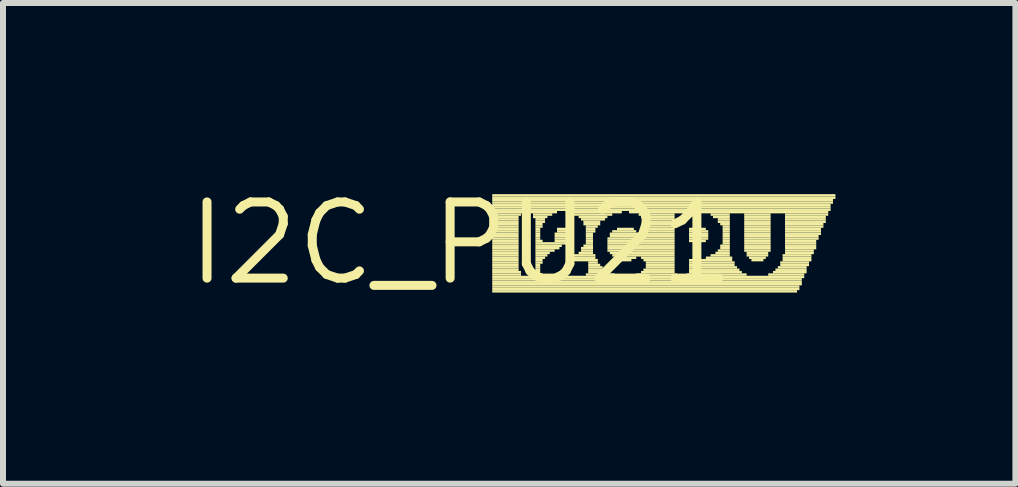
<source format=kicad_pcb>
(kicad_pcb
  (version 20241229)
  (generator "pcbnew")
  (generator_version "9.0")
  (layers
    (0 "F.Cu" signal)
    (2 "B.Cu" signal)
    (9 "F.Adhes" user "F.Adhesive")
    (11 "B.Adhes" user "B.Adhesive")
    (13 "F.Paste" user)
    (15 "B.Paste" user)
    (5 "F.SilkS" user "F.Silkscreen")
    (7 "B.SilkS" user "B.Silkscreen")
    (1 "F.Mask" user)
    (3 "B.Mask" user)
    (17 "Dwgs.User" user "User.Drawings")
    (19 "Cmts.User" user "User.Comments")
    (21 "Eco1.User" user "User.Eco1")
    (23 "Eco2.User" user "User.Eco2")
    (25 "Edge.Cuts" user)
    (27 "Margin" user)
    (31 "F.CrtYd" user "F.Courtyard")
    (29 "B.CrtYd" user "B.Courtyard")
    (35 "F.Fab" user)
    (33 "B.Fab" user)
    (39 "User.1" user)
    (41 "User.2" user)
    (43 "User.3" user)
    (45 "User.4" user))
  (footprint "I2C_PU21"
    (layer "F.Cu")
    (at 4.634 1.006)
    (property "Reference" "I2C_PU21" (at 0 0 0) (layer "F.SilkS") (effects (font (size 1.27 1.27) (thickness 0.15))))
    (attr through_hole)
    (fp_poly (pts (xy 0.52 -0.78) (xy 6.24 -0.78) (xy 6.24 -0.82) (xy 0.52 -0.82)) (stroke (width 0) (type solid)) (fill yes) (layer "F.SilkS"))
    (fp_poly (pts (xy 0.52 -0.74) (xy 6.24 -0.74) (xy 6.24 -0.78) (xy 0.52 -0.78)) (stroke (width 0) (type solid)) (fill yes) (layer "F.SilkS"))
    (fp_poly (pts (xy 0.52 -0.7) (xy 6.2 -0.7) (xy 6.2 -0.74) (xy 0.52 -0.74)) (stroke (width 0) (type solid)) (fill yes) (layer "F.SilkS"))
    (fp_poly (pts (xy 0.52 -0.66) (xy 6.2 -0.66) (xy 6.2 -0.7) (xy 0.52 -0.7)) (stroke (width 0) (type solid)) (fill yes) (layer "F.SilkS"))
    (fp_poly (pts (xy 0.52 -0.62) (xy 6.16 -0.62) (xy 6.16 -0.66) (xy 0.52 -0.66)) (stroke (width 0) (type solid)) (fill yes) (layer "F.SilkS"))
    (fp_poly (pts (xy 0.52 -0.58) (xy 6.16 -0.58) (xy 6.16 -0.62) (xy 0.52 -0.62)) (stroke (width 0) (type solid)) (fill yes) (layer "F.SilkS"))
    (fp_poly (pts (xy 0.52 -0.54) (xy 6.16 -0.54) (xy 6.16 -0.58) (xy 0.52 -0.58)) (stroke (width 0) (type solid)) (fill yes) (layer "F.SilkS"))
    (fp_poly (pts (xy 0.52 -0.5) (xy 1.6 -0.5) (xy 1.6 -0.54) (xy 0.52 -0.54)) (stroke (width 0) (type solid)) (fill yes) (layer "F.SilkS"))
    (fp_poly (pts (xy 0.52 -0.46) (xy 1 -0.46) (xy 1 -0.5) (xy 0.52 -0.5)) (stroke (width 0) (type solid)) (fill yes) (layer "F.SilkS"))
    (fp_poly (pts (xy 0.52 -0.42) (xy 0.96 -0.42) (xy 0.96 -0.46) (xy 0.52 -0.46)) (stroke (width 0) (type solid)) (fill yes) (layer "F.SilkS"))
    (fp_poly (pts (xy 0.52 -0.38) (xy 0.96 -0.38) (xy 0.96 -0.42) (xy 0.52 -0.42)) (stroke (width 0) (type solid)) (fill yes) (layer "F.SilkS"))
    (fp_poly (pts (xy 0.52 -0.34) (xy 0.96 -0.34) (xy 0.96 -0.38) (xy 0.52 -0.38)) (stroke (width 0) (type solid)) (fill yes) (layer "F.SilkS"))
    (fp_poly (pts (xy 0.52 -0.3) (xy 0.96 -0.3) (xy 0.96 -0.34) (xy 0.52 -0.34)) (stroke (width 0) (type solid)) (fill yes) (layer "F.SilkS"))
    (fp_poly (pts (xy 0.52 -0.26) (xy 0.96 -0.26) (xy 0.96 -0.3) (xy 0.52 -0.3)) (stroke (width 0) (type solid)) (fill yes) (layer "F.SilkS"))
    (fp_poly (pts (xy 0.52 -0.22) (xy 0.96 -0.22) (xy 0.96 -0.26) (xy 0.52 -0.26)) (stroke (width 0) (type solid)) (fill yes) (layer "F.SilkS"))
    (fp_poly (pts (xy 0.52 -0.18) (xy 0.96 -0.18) (xy 0.96 -0.22) (xy 0.52 -0.22)) (stroke (width 0) (type solid)) (fill yes) (layer "F.SilkS"))
    (fp_poly (pts (xy 0.52 -0.14) (xy 0.96 -0.14) (xy 0.96 -0.18) (xy 0.52 -0.18)) (stroke (width 0) (type solid)) (fill yes) (layer "F.SilkS"))
    (fp_poly (pts (xy 0.52 -0.1) (xy 0.96 -0.1) (xy 0.96 -0.14) (xy 0.52 -0.14)) (stroke (width 0) (type solid)) (fill yes) (layer "F.SilkS"))
    (fp_poly (pts (xy 0.52 -0.06) (xy 0.96 -0.06) (xy 0.96 -0.1) (xy 0.52 -0.1)) (stroke (width 0) (type solid)) (fill yes) (layer "F.SilkS"))
    (fp_poly (pts (xy 0.52 -0.02) (xy 0.96 -0.02) (xy 0.96 -0.06) (xy 0.52 -0.06)) (stroke (width 0) (type solid)) (fill yes) (layer "F.SilkS"))
    (fp_poly (pts (xy 0.52 0.02) (xy 0.96 0.02) (xy 0.96 -0.02) (xy 0.52 -0.02)) (stroke (width 0) (type solid)) (fill yes) (layer "F.SilkS"))
    (fp_poly (pts (xy 0.52 0.06) (xy 0.96 0.06) (xy 0.96 0.02) (xy 0.52 0.02)) (stroke (width 0) (type solid)) (fill yes) (layer "F.SilkS"))
    (fp_poly (pts (xy 0.52 0.1) (xy 0.96 0.1) (xy 0.96 0.06) (xy 0.52 0.06)) (stroke (width 0) (type solid)) (fill yes) (layer "F.SilkS"))
    (fp_poly (pts (xy 0.52 0.14) (xy 0.96 0.14) (xy 0.96 0.1) (xy 0.52 0.1)) (stroke (width 0) (type solid)) (fill yes) (layer "F.SilkS"))
    (fp_poly (pts (xy 0.52 0.18) (xy 0.96 0.18) (xy 0.96 0.14) (xy 0.52 0.14)) (stroke (width 0) (type solid)) (fill yes) (layer "F.SilkS"))
    (fp_poly (pts (xy 0.52 0.22) (xy 0.96 0.22) (xy 0.96 0.18) (xy 0.52 0.18)) (stroke (width 0) (type solid)) (fill yes) (layer "F.SilkS"))
    (fp_poly (pts (xy 0.52 0.26) (xy 0.96 0.26) (xy 0.96 0.22) (xy 0.52 0.22)) (stroke (width 0) (type solid)) (fill yes) (layer "F.SilkS"))
    (fp_poly (pts (xy 0.52 0.3) (xy 0.96 0.3) (xy 0.96 0.26) (xy 0.52 0.26)) (stroke (width 0) (type solid)) (fill yes) (layer "F.SilkS"))
    (fp_poly (pts (xy 0.52 0.34) (xy 0.96 0.34) (xy 0.96 0.3) (xy 0.52 0.3)) (stroke (width 0) (type solid)) (fill yes) (layer "F.SilkS"))
    (fp_poly (pts (xy 0.52 0.38) (xy 0.96 0.38) (xy 0.96 0.34) (xy 0.52 0.34)) (stroke (width 0) (type solid)) (fill yes) (layer "F.SilkS"))
    (fp_poly (pts (xy 0.52 0.42) (xy 0.96 0.42) (xy 0.96 0.38) (xy 0.52 0.38)) (stroke (width 0) (type solid)) (fill yes) (layer "F.SilkS"))
    (fp_poly (pts (xy 0.52 0.46) (xy 0.96 0.46) (xy 0.96 0.42) (xy 0.52 0.42)) (stroke (width 0) (type solid)) (fill yes) (layer "F.SilkS"))
    (fp_poly (pts (xy 0.52 0.5) (xy 1 0.5) (xy 1 0.46) (xy 0.52 0.46)) (stroke (width 0) (type solid)) (fill yes) (layer "F.SilkS"))
    (fp_poly (pts (xy 0.52 0.54) (xy 1 0.54) (xy 1 0.5) (xy 0.52 0.5)) (stroke (width 0) (type solid)) (fill yes) (layer "F.SilkS"))
    (fp_poly (pts (xy 0.52 0.58) (xy 5.72 0.58) (xy 5.72 0.54) (xy 0.52 0.54)) (stroke (width 0) (type solid)) (fill yes) (layer "F.SilkS"))
    (fp_poly (pts (xy 0.52 0.62) (xy 5.68 0.62) (xy 5.68 0.58) (xy 0.52 0.58)) (stroke (width 0) (type solid)) (fill yes) (layer "F.SilkS"))
    (fp_poly (pts (xy 0.52 0.66) (xy 5.68 0.66) (xy 5.68 0.62) (xy 0.52 0.62)) (stroke (width 0) (type solid)) (fill yes) (layer "F.SilkS"))
    (fp_poly (pts (xy 0.52 0.7) (xy 5.68 0.7) (xy 5.68 0.66) (xy 0.52 0.66)) (stroke (width 0) (type solid)) (fill yes) (layer "F.SilkS"))
    (fp_poly (pts (xy 0.52 0.74) (xy 5.64 0.74) (xy 5.64 0.7) (xy 0.52 0.7)) (stroke (width 0) (type solid)) (fill yes) (layer "F.SilkS"))
    (fp_poly (pts (xy 0.52 0.78) (xy 5.64 0.78) (xy 5.64 0.74) (xy 0.52 0.74)) (stroke (width 0) (type solid)) (fill yes) (layer "F.SilkS"))
    (fp_poly (pts (xy 0.52 0.82) (xy 5.6 0.82) (xy 5.6 0.78) (xy 0.52 0.78)) (stroke (width 0) (type solid)) (fill yes) (layer "F.SilkS"))
    (fp_poly (pts (xy 1.2 -0.46) (xy 1.52 -0.46) (xy 1.52 -0.5) (xy 1.2 -0.5)) (stroke (width 0) (type solid)) (fill yes) (layer "F.SilkS"))
    (fp_poly (pts (xy 1.2 -0.42) (xy 1.44 -0.42) (xy 1.44 -0.46) (xy 1.2 -0.46)) (stroke (width 0) (type solid)) (fill yes) (layer "F.SilkS"))
    (fp_poly (pts (xy 1.2 0.5) (xy 1.32 0.5) (xy 1.32 0.46) (xy 1.2 0.46)) (stroke (width 0) (type solid)) (fill yes) (layer "F.SilkS"))
    (fp_poly (pts (xy 1.2 0.54) (xy 1.36 0.54) (xy 1.36 0.5) (xy 1.2 0.5)) (stroke (width 0) (type solid)) (fill yes) (layer "F.SilkS"))
    (fp_poly (pts (xy 1.24 -0.38) (xy 1.4 -0.38) (xy 1.4 -0.42) (xy 1.24 -0.42)) (stroke (width 0) (type solid)) (fill yes) (layer "F.SilkS"))
    (fp_poly (pts (xy 1.24 -0.34) (xy 1.4 -0.34) (xy 1.4 -0.38) (xy 1.24 -0.38)) (stroke (width 0) (type solid)) (fill yes) (layer "F.SilkS"))
    (fp_poly (pts (xy 1.24 -0.3) (xy 1.36 -0.3) (xy 1.36 -0.34) (xy 1.24 -0.34)) (stroke (width 0) (type solid)) (fill yes) (layer "F.SilkS"))
    (fp_poly (pts (xy 1.24 -0.26) (xy 1.36 -0.26) (xy 1.36 -0.3) (xy 1.24 -0.3)) (stroke (width 0) (type solid)) (fill yes) (layer "F.SilkS"))
    (fp_poly (pts (xy 1.24 -0.22) (xy 1.32 -0.22) (xy 1.32 -0.26) (xy 1.24 -0.26)) (stroke (width 0) (type solid)) (fill yes) (layer "F.SilkS"))
    (fp_poly (pts (xy 1.24 -0.18) (xy 1.32 -0.18) (xy 1.32 -0.22) (xy 1.24 -0.22)) (stroke (width 0) (type solid)) (fill yes) (layer "F.SilkS"))
    (fp_poly (pts (xy 1.24 -0.14) (xy 1.32 -0.14) (xy 1.32 -0.18) (xy 1.24 -0.18)) (stroke (width 0) (type solid)) (fill yes) (layer "F.SilkS"))
    (fp_poly (pts (xy 1.24 -0.1) (xy 1.32 -0.1) (xy 1.32 -0.14) (xy 1.24 -0.14)) (stroke (width 0) (type solid)) (fill yes) (layer "F.SilkS"))
    (fp_poly (pts (xy 1.24 -0.06) (xy 1.32 -0.06) (xy 1.32 -0.1) (xy 1.24 -0.1)) (stroke (width 0) (type solid)) (fill yes) (layer "F.SilkS"))
    (fp_poly (pts (xy 1.24 -0.02) (xy 1.36 -0.02) (xy 1.36 -0.06) (xy 1.24 -0.06)) (stroke (width 0) (type solid)) (fill yes) (layer "F.SilkS"))
    (fp_poly (pts (xy 1.24 0.02) (xy 1.76 0.02) (xy 1.76 -0.02) (xy 1.24 -0.02)) (stroke (width 0) (type solid)) (fill yes) (layer "F.SilkS"))
    (fp_poly (pts (xy 1.24 0.06) (xy 1.68 0.06) (xy 1.68 0.02) (xy 1.24 0.02)) (stroke (width 0) (type solid)) (fill yes) (layer "F.SilkS"))
    (fp_poly (pts (xy 1.24 0.1) (xy 1.64 0.1) (xy 1.64 0.06) (xy 1.24 0.06)) (stroke (width 0) (type solid)) (fill yes) (layer "F.SilkS"))
    (fp_poly (pts (xy 1.24 0.14) (xy 1.56 0.14) (xy 1.56 0.1) (xy 1.24 0.1)) (stroke (width 0) (type solid)) (fill yes) (layer "F.SilkS"))
    (fp_poly (pts (xy 1.24 0.18) (xy 1.48 0.18) (xy 1.48 0.14) (xy 1.24 0.14)) (stroke (width 0) (type solid)) (fill yes) (layer "F.SilkS"))
    (fp_poly (pts (xy 1.24 0.22) (xy 1.44 0.22) (xy 1.44 0.18) (xy 1.24 0.18)) (stroke (width 0) (type solid)) (fill yes) (layer "F.SilkS"))
    (fp_poly (pts (xy 1.24 0.26) (xy 1.4 0.26) (xy 1.4 0.22) (xy 1.24 0.22)) (stroke (width 0) (type solid)) (fill yes) (layer "F.SilkS"))
    (fp_poly (pts (xy 1.24 0.3) (xy 1.36 0.3) (xy 1.36 0.26) (xy 1.24 0.26)) (stroke (width 0) (type solid)) (fill yes) (layer "F.SilkS"))
    (fp_poly (pts (xy 1.24 0.34) (xy 1.36 0.34) (xy 1.36 0.3) (xy 1.24 0.3)) (stroke (width 0) (type solid)) (fill yes) (layer "F.SilkS"))
    (fp_poly (pts (xy 1.24 0.38) (xy 1.32 0.38) (xy 1.32 0.34) (xy 1.24 0.34)) (stroke (width 0) (type solid)) (fill yes) (layer "F.SilkS"))
    (fp_poly (pts (xy 1.24 0.42) (xy 1.32 0.42) (xy 1.32 0.38) (xy 1.24 0.38)) (stroke (width 0) (type solid)) (fill yes) (layer "F.SilkS"))
    (fp_poly (pts (xy 1.24 0.46) (xy 1.32 0.46) (xy 1.32 0.42) (xy 1.24 0.42)) (stroke (width 0) (type solid)) (fill yes) (layer "F.SilkS"))
    (fp_poly (pts (xy 1.56 -0.14) (xy 1.84 -0.14) (xy 1.84 -0.18) (xy 1.56 -0.18)) (stroke (width 0) (type solid)) (fill yes) (layer "F.SilkS"))
    (fp_poly (pts (xy 1.56 -0.1) (xy 1.84 -0.1) (xy 1.84 -0.14) (xy 1.56 -0.14)) (stroke (width 0) (type solid)) (fill yes) (layer "F.SilkS"))
    (fp_poly (pts (xy 1.56 -0.06) (xy 1.8 -0.06) (xy 1.8 -0.1) (xy 1.56 -0.1)) (stroke (width 0) (type solid)) (fill yes) (layer "F.SilkS"))
    (fp_poly (pts (xy 1.56 -0.02) (xy 1.8 -0.02) (xy 1.8 -0.06) (xy 1.56 -0.06)) (stroke (width 0) (type solid)) (fill yes) (layer "F.SilkS"))
    (fp_poly (pts (xy 1.6 -0.22) (xy 1.8 -0.22) (xy 1.8 -0.26) (xy 1.6 -0.26)) (stroke (width 0) (type solid)) (fill yes) (layer "F.SilkS"))
    (fp_poly (pts (xy 1.6 -0.18) (xy 1.84 -0.18) (xy 1.84 -0.22) (xy 1.6 -0.22)) (stroke (width 0) (type solid)) (fill yes) (layer "F.SilkS"))
    (fp_poly (pts (xy 1.76 0.3) (xy 2.28 0.3) (xy 2.28 0.26) (xy 1.76 0.26)) (stroke (width 0) (type solid)) (fill yes) (layer "F.SilkS"))
    (fp_poly (pts (xy 1.8 -0.5) (xy 2.68 -0.5) (xy 2.68 -0.54) (xy 1.8 -0.54)) (stroke (width 0) (type solid)) (fill yes) (layer "F.SilkS"))
    (fp_poly (pts (xy 1.84 0.26) (xy 2.24 0.26) (xy 2.24 0.22) (xy 1.84 0.22)) (stroke (width 0) (type solid)) (fill yes) (layer "F.SilkS"))
    (fp_poly (pts (xy 1.88 -0.46) (xy 2.52 -0.46) (xy 2.52 -0.5) (xy 1.88 -0.5)) (stroke (width 0) (type solid)) (fill yes) (layer "F.SilkS"))
    (fp_poly (pts (xy 1.88 0.22) (xy 2.24 0.22) (xy 2.24 0.18) (xy 1.88 0.18)) (stroke (width 0) (type solid)) (fill yes) (layer "F.SilkS"))
    (fp_poly (pts (xy 1.96 -0.42) (xy 2.44 -0.42) (xy 2.44 -0.46) (xy 1.96 -0.46)) (stroke (width 0) (type solid)) (fill yes) (layer "F.SilkS"))
    (fp_poly (pts (xy 1.96 0.18) (xy 2.2 0.18) (xy 2.2 0.14) (xy 1.96 0.14)) (stroke (width 0) (type solid)) (fill yes) (layer "F.SilkS"))
    (fp_poly (pts (xy 2 -0.38) (xy 2.4 -0.38) (xy 2.4 -0.42) (xy 2 -0.42)) (stroke (width 0) (type solid)) (fill yes) (layer "F.SilkS"))
    (fp_poly (pts (xy 2 0.1) (xy 2.2 0.1) (xy 2.2 0.06) (xy 2 0.06)) (stroke (width 0) (type solid)) (fill yes) (layer "F.SilkS"))
    (fp_poly (pts (xy 2 0.14) (xy 2.2 0.14) (xy 2.2 0.1) (xy 2 0.1)) (stroke (width 0) (type solid)) (fill yes) (layer "F.SilkS"))
    (fp_poly (pts (xy 2.04 -0.34) (xy 2.32 -0.34) (xy 2.32 -0.38) (xy 2.04 -0.38)) (stroke (width 0) (type solid)) (fill yes) (layer "F.SilkS"))
    (fp_poly (pts (xy 2.04 -0.3) (xy 2.32 -0.3) (xy 2.32 -0.34) (xy 2.04 -0.34)) (stroke (width 0) (type solid)) (fill yes) (layer "F.SilkS"))
    (fp_poly (pts (xy 2.04 0.06) (xy 2.2 0.06) (xy 2.2 0.02) (xy 2.04 0.02)) (stroke (width 0) (type solid)) (fill yes) (layer "F.SilkS"))
    (fp_poly (pts (xy 2.08 -0.26) (xy 2.28 -0.26) (xy 2.28 -0.3) (xy 2.08 -0.3)) (stroke (width 0) (type solid)) (fill yes) (layer "F.SilkS"))
    (fp_poly (pts (xy 2.08 -0.22) (xy 2.24 -0.22) (xy 2.24 -0.26) (xy 2.08 -0.26)) (stroke (width 0) (type solid)) (fill yes) (layer "F.SilkS"))
    (fp_poly (pts (xy 2.08 -0.18) (xy 2.24 -0.18) (xy 2.24 -0.22) (xy 2.08 -0.22)) (stroke (width 0) (type solid)) (fill yes) (layer "F.SilkS"))
    (fp_poly (pts (xy 2.08 -0.14) (xy 2.2 -0.14) (xy 2.2 -0.18) (xy 2.08 -0.18)) (stroke (width 0) (type solid)) (fill yes) (layer "F.SilkS"))
    (fp_poly (pts (xy 2.08 -0.1) (xy 2.2 -0.1) (xy 2.2 -0.14) (xy 2.08 -0.14)) (stroke (width 0) (type solid)) (fill yes) (layer "F.SilkS"))
    (fp_poly (pts (xy 2.08 -0.06) (xy 2.2 -0.06) (xy 2.2 -0.1) (xy 2.08 -0.1)) (stroke (width 0) (type solid)) (fill yes) (layer "F.SilkS"))
    (fp_poly (pts (xy 2.08 -0.02) (xy 2.2 -0.02) (xy 2.2 -0.06) (xy 2.08 -0.06)) (stroke (width 0) (type solid)) (fill yes) (layer "F.SilkS"))
    (fp_poly (pts (xy 2.08 0.02) (xy 2.2 0.02) (xy 2.2 -0.02) (xy 2.08 -0.02)) (stroke (width 0) (type solid)) (fill yes) (layer "F.SilkS"))
    (fp_poly (pts (xy 2.08 0.54) (xy 2.56 0.54) (xy 2.56 0.5) (xy 2.08 0.5)) (stroke (width 0) (type solid)) (fill yes) (layer "F.SilkS"))
    (fp_poly (pts (xy 2.12 0.34) (xy 2.28 0.34) (xy 2.28 0.3) (xy 2.12 0.3)) (stroke (width 0) (type solid)) (fill yes) (layer "F.SilkS"))
    (fp_poly (pts (xy 2.12 0.38) (xy 2.32 0.38) (xy 2.32 0.34) (xy 2.12 0.34)) (stroke (width 0) (type solid)) (fill yes) (layer "F.SilkS"))
    (fp_poly (pts (xy 2.12 0.42) (xy 2.36 0.42) (xy 2.36 0.38) (xy 2.12 0.38)) (stroke (width 0) (type solid)) (fill yes) (layer "F.SilkS"))
    (fp_poly (pts (xy 2.12 0.46) (xy 2.4 0.46) (xy 2.4 0.42) (xy 2.12 0.42)) (stroke (width 0) (type solid)) (fill yes) (layer "F.SilkS"))
    (fp_poly (pts (xy 2.12 0.5) (xy 2.48 0.5) (xy 2.48 0.46) (xy 2.12 0.46)) (stroke (width 0) (type solid)) (fill yes) (layer "F.SilkS"))
    (fp_poly (pts (xy 2.44 -0.06) (xy 3.56 -0.06) (xy 3.56 -0.1) (xy 2.44 -0.1)) (stroke (width 0) (type solid)) (fill yes) (layer "F.SilkS"))
    (fp_poly (pts (xy 2.44 -0.02) (xy 3.56 -0.02) (xy 3.56 -0.06) (xy 2.44 -0.06)) (stroke (width 0) (type solid)) (fill yes) (layer "F.SilkS"))
    (fp_poly (pts (xy 2.44 0.02) (xy 3.56 0.02) (xy 3.56 -0.02) (xy 2.44 -0.02)) (stroke (width 0) (type solid)) (fill yes) (layer "F.SilkS"))
    (fp_poly (pts (xy 2.44 0.06) (xy 3.56 0.06) (xy 3.56 0.02) (xy 2.44 0.02)) (stroke (width 0) (type solid)) (fill yes) (layer "F.SilkS"))
    (fp_poly (pts (xy 2.44 0.1) (xy 3.56 0.1) (xy 3.56 0.06) (xy 2.44 0.06)) (stroke (width 0) (type solid)) (fill yes) (layer "F.SilkS"))
    (fp_poly (pts (xy 2.44 0.14) (xy 3.56 0.14) (xy 3.56 0.1) (xy 2.44 0.1)) (stroke (width 0) (type solid)) (fill yes) (layer "F.SilkS"))
    (fp_poly (pts (xy 2.48 -0.14) (xy 3.56 -0.14) (xy 3.56 -0.18) (xy 2.48 -0.18)) (stroke (width 0) (type solid)) (fill yes) (layer "F.SilkS"))
    (fp_poly (pts (xy 2.48 -0.1) (xy 3.56 -0.1) (xy 3.56 -0.14) (xy 2.48 -0.14)) (stroke (width 0) (type solid)) (fill yes) (layer "F.SilkS"))
    (fp_poly (pts (xy 2.48 0.18) (xy 3.56 0.18) (xy 3.56 0.14) (xy 2.48 0.14)) (stroke (width 0) (type solid)) (fill yes) (layer "F.SilkS"))
    (fp_poly (pts (xy 2.52 -0.18) (xy 2.92 -0.18) (xy 2.92 -0.22) (xy 2.52 -0.22)) (stroke (width 0) (type solid)) (fill yes) (layer "F.SilkS"))
    (fp_poly (pts (xy 2.52 0.22) (xy 3.56 0.22) (xy 3.56 0.18) (xy 2.52 0.18)) (stroke (width 0) (type solid)) (fill yes) (layer "F.SilkS"))
    (fp_poly (pts (xy 2.56 0.26) (xy 2.92 0.26) (xy 2.92 0.22) (xy 2.56 0.22)) (stroke (width 0) (type solid)) (fill yes) (layer "F.SilkS"))
    (fp_poly (pts (xy 2.6 -0.22) (xy 2.88 -0.22) (xy 2.88 -0.26) (xy 2.6 -0.26)) (stroke (width 0) (type solid)) (fill yes) (layer "F.SilkS"))
    (fp_poly (pts (xy 2.64 0.3) (xy 2.84 0.3) (xy 2.84 0.26) (xy 2.64 0.26)) (stroke (width 0) (type solid)) (fill yes) (layer "F.SilkS"))
    (fp_poly (pts (xy 2.8 -0.5) (xy 6.12 -0.5) (xy 6.12 -0.54) (xy 2.8 -0.54)) (stroke (width 0) (type solid)) (fill yes) (layer "F.SilkS"))
    (fp_poly (pts (xy 2.92 0.54) (xy 3.6 0.54) (xy 3.6 0.5) (xy 2.92 0.5)) (stroke (width 0) (type solid)) (fill yes) (layer "F.SilkS"))
    (fp_poly (pts (xy 2.96 -0.46) (xy 3.56 -0.46) (xy 3.56 -0.5) (xy 2.96 -0.5)) (stroke (width 0) (type solid)) (fill yes) (layer "F.SilkS"))
    (fp_poly (pts (xy 3 -0.42) (xy 3.56 -0.42) (xy 3.56 -0.46) (xy 3 -0.46)) (stroke (width 0) (type solid)) (fill yes) (layer "F.SilkS"))
    (fp_poly (pts (xy 3 -0.18) (xy 3.56 -0.18) (xy 3.56 -0.22) (xy 3 -0.22)) (stroke (width 0) (type solid)) (fill yes) (layer "F.SilkS"))
    (fp_poly (pts (xy 3 0.26) (xy 3.56 0.26) (xy 3.56 0.22) (xy 3 0.22)) (stroke (width 0) (type solid)) (fill yes) (layer "F.SilkS"))
    (fp_poly (pts (xy 3 0.5) (xy 3.56 0.5) (xy 3.56 0.46) (xy 3 0.46)) (stroke (width 0) (type solid)) (fill yes) (layer "F.SilkS"))
    (fp_poly (pts (xy 3.04 -0.22) (xy 3.56 -0.22) (xy 3.56 -0.26) (xy 3.04 -0.26)) (stroke (width 0) (type solid)) (fill yes) (layer "F.SilkS"))
    (fp_poly (pts (xy 3.04 0.3) (xy 3.56 0.3) (xy 3.56 0.26) (xy 3.04 0.26)) (stroke (width 0) (type solid)) (fill yes) (layer "F.SilkS"))
    (fp_poly (pts (xy 3.04 0.46) (xy 3.56 0.46) (xy 3.56 0.42) (xy 3.04 0.42)) (stroke (width 0) (type solid)) (fill yes) (layer "F.SilkS"))
    (fp_poly (pts (xy 3.08 -0.38) (xy 3.56 -0.38) (xy 3.56 -0.42) (xy 3.08 -0.42)) (stroke (width 0) (type solid)) (fill yes) (layer "F.SilkS"))
    (fp_poly (pts (xy 3.08 -0.34) (xy 3.56 -0.34) (xy 3.56 -0.38) (xy 3.08 -0.38)) (stroke (width 0) (type solid)) (fill yes) (layer "F.SilkS"))
    (fp_poly (pts (xy 3.08 -0.3) (xy 3.56 -0.3) (xy 3.56 -0.34) (xy 3.08 -0.34)) (stroke (width 0) (type solid)) (fill yes) (layer "F.SilkS"))
    (fp_poly (pts (xy 3.08 -0.26) (xy 3.56 -0.26) (xy 3.56 -0.3) (xy 3.08 -0.3)) (stroke (width 0) (type solid)) (fill yes) (layer "F.SilkS"))
    (fp_poly (pts (xy 3.08 0.34) (xy 3.56 0.34) (xy 3.56 0.3) (xy 3.08 0.3)) (stroke (width 0) (type solid)) (fill yes) (layer "F.SilkS"))
    (fp_poly (pts (xy 3.08 0.38) (xy 3.56 0.38) (xy 3.56 0.34) (xy 3.08 0.34)) (stroke (width 0) (type solid)) (fill yes) (layer "F.SilkS"))
    (fp_poly (pts (xy 3.08 0.42) (xy 3.56 0.42) (xy 3.56 0.38) (xy 3.08 0.38)) (stroke (width 0) (type solid)) (fill yes) (layer "F.SilkS"))
    (fp_poly (pts (xy 3.76 0.54) (xy 4.76 0.54) (xy 4.76 0.5) (xy 3.76 0.5)) (stroke (width 0) (type solid)) (fill yes) (layer "F.SilkS"))
    (fp_poly (pts (xy 3.8 -0.22) (xy 4.08 -0.22) (xy 4.08 -0.26) (xy 3.8 -0.26)) (stroke (width 0) (type solid)) (fill yes) (layer "F.SilkS"))
    (fp_poly (pts (xy 3.8 -0.18) (xy 4.12 -0.18) (xy 4.12 -0.22) (xy 3.8 -0.22)) (stroke (width 0) (type solid)) (fill yes) (layer "F.SilkS"))
    (fp_poly (pts (xy 3.8 -0.14) (xy 4.12 -0.14) (xy 4.12 -0.18) (xy 3.8 -0.18)) (stroke (width 0) (type solid)) (fill yes) (layer "F.SilkS"))
    (fp_poly (pts (xy 3.8 -0.1) (xy 4.12 -0.1) (xy 4.12 -0.14) (xy 3.8 -0.14)) (stroke (width 0) (type solid)) (fill yes) (layer "F.SilkS"))
    (fp_poly (pts (xy 3.8 -0.06) (xy 4.12 -0.06) (xy 4.12 -0.1) (xy 3.8 -0.1)) (stroke (width 0) (type solid)) (fill yes) (layer "F.SilkS"))
    (fp_poly (pts (xy 3.8 -0.02) (xy 4.08 -0.02) (xy 4.08 -0.06) (xy 3.8 -0.06)) (stroke (width 0) (type solid)) (fill yes) (layer "F.SilkS"))
    (fp_poly (pts (xy 3.8 0.3) (xy 4.52 0.3) (xy 4.52 0.26) (xy 3.8 0.26)) (stroke (width 0) (type solid)) (fill yes) (layer "F.SilkS"))
    (fp_poly (pts (xy 3.8 0.34) (xy 4.56 0.34) (xy 4.56 0.3) (xy 3.8 0.3)) (stroke (width 0) (type solid)) (fill yes) (layer "F.SilkS"))
    (fp_poly (pts (xy 3.8 0.38) (xy 4.56 0.38) (xy 4.56 0.34) (xy 3.8 0.34)) (stroke (width 0) (type solid)) (fill yes) (layer "F.SilkS"))
    (fp_poly (pts (xy 3.8 0.42) (xy 4.6 0.42) (xy 4.6 0.38) (xy 3.8 0.38)) (stroke (width 0) (type solid)) (fill yes) (layer "F.SilkS"))
    (fp_poly (pts (xy 3.8 0.46) (xy 4.64 0.46) (xy 4.64 0.42) (xy 3.8 0.42)) (stroke (width 0) (type solid)) (fill yes) (layer "F.SilkS"))
    (fp_poly (pts (xy 3.8 0.5) (xy 4.68 0.5) (xy 4.68 0.46) (xy 3.8 0.46)) (stroke (width 0) (type solid)) (fill yes) (layer "F.SilkS"))
    (fp_poly (pts (xy 4.08 0.26) (xy 4.52 0.26) (xy 4.52 0.22) (xy 4.08 0.22)) (stroke (width 0) (type solid)) (fill yes) (layer "F.SilkS"))
    (fp_poly (pts (xy 4.16 -0.46) (xy 4.48 -0.46) (xy 4.48 -0.5) (xy 4.16 -0.5)) (stroke (width 0) (type solid)) (fill yes) (layer "F.SilkS"))
    (fp_poly (pts (xy 4.16 0.22) (xy 4.48 0.22) (xy 4.48 0.18) (xy 4.16 0.18)) (stroke (width 0) (type solid)) (fill yes) (layer "F.SilkS"))
    (fp_poly (pts (xy 4.2 -0.42) (xy 4.48 -0.42) (xy 4.48 -0.46) (xy 4.2 -0.46)) (stroke (width 0) (type solid)) (fill yes) (layer "F.SilkS"))
    (fp_poly (pts (xy 4.24 0.18) (xy 4.48 0.18) (xy 4.48 0.14) (xy 4.24 0.14)) (stroke (width 0) (type solid)) (fill yes) (layer "F.SilkS"))
    (fp_poly (pts (xy 4.28 -0.38) (xy 4.48 -0.38) (xy 4.48 -0.42) (xy 4.28 -0.42)) (stroke (width 0) (type solid)) (fill yes) (layer "F.SilkS"))
    (fp_poly (pts (xy 4.28 -0.34) (xy 4.48 -0.34) (xy 4.48 -0.38) (xy 4.28 -0.38)) (stroke (width 0) (type solid)) (fill yes) (layer "F.SilkS"))
    (fp_poly (pts (xy 4.28 0.14) (xy 4.48 0.14) (xy 4.48 0.1) (xy 4.28 0.1)) (stroke (width 0) (type solid)) (fill yes) (layer "F.SilkS"))
    (fp_poly (pts (xy 4.32 -0.3) (xy 4.48 -0.3) (xy 4.48 -0.34) (xy 4.32 -0.34)) (stroke (width 0) (type solid)) (fill yes) (layer "F.SilkS"))
    (fp_poly (pts (xy 4.32 0.06) (xy 4.48 0.06) (xy 4.48 0.02) (xy 4.32 0.02)) (stroke (width 0) (type solid)) (fill yes) (layer "F.SilkS"))
    (fp_poly (pts (xy 4.32 0.1) (xy 4.48 0.1) (xy 4.48 0.06) (xy 4.32 0.06)) (stroke (width 0) (type solid)) (fill yes) (layer "F.SilkS"))
    (fp_poly (pts (xy 4.36 -0.26) (xy 4.48 -0.26) (xy 4.48 -0.3) (xy 4.36 -0.3)) (stroke (width 0) (type solid)) (fill yes) (layer "F.SilkS"))
    (fp_poly (pts (xy 4.36 -0.22) (xy 4.48 -0.22) (xy 4.48 -0.26) (xy 4.36 -0.26)) (stroke (width 0) (type solid)) (fill yes) (layer "F.SilkS"))
    (fp_poly (pts (xy 4.36 -0.18) (xy 4.48 -0.18) (xy 4.48 -0.22) (xy 4.36 -0.22)) (stroke (width 0) (type solid)) (fill yes) (layer "F.SilkS"))
    (fp_poly (pts (xy 4.36 -0.14) (xy 4.48 -0.14) (xy 4.48 -0.18) (xy 4.36 -0.18)) (stroke (width 0) (type solid)) (fill yes) (layer "F.SilkS"))
    (fp_poly (pts (xy 4.36 -0.1) (xy 4.48 -0.1) (xy 4.48 -0.14) (xy 4.36 -0.14)) (stroke (width 0) (type solid)) (fill yes) (layer "F.SilkS"))
    (fp_poly (pts (xy 4.36 -0.06) (xy 4.48 -0.06) (xy 4.48 -0.1) (xy 4.36 -0.1)) (stroke (width 0) (type solid)) (fill yes) (layer "F.SilkS"))
    (fp_poly (pts (xy 4.36 -0.02) (xy 4.48 -0.02) (xy 4.48 -0.06) (xy 4.36 -0.06)) (stroke (width 0) (type solid)) (fill yes) (layer "F.SilkS"))
    (fp_poly (pts (xy 4.36 0.02) (xy 4.48 0.02) (xy 4.48 -0.02) (xy 4.36 -0.02)) (stroke (width 0) (type solid)) (fill yes) (layer "F.SilkS"))
    (fp_poly (pts (xy 4.72 -0.46) (xy 5.16 -0.46) (xy 5.16 -0.5) (xy 4.72 -0.5)) (stroke (width 0) (type solid)) (fill yes) (layer "F.SilkS"))
    (fp_poly (pts (xy 4.72 -0.42) (xy 5.16 -0.42) (xy 5.16 -0.46) (xy 4.72 -0.46)) (stroke (width 0) (type solid)) (fill yes) (layer "F.SilkS"))
    (fp_poly (pts (xy 4.72 -0.38) (xy 5.16 -0.38) (xy 5.16 -0.42) (xy 4.72 -0.42)) (stroke (width 0) (type solid)) (fill yes) (layer "F.SilkS"))
    (fp_poly (pts (xy 4.72 -0.34) (xy 5.16 -0.34) (xy 5.16 -0.38) (xy 4.72 -0.38)) (stroke (width 0) (type solid)) (fill yes) (layer "F.SilkS"))
    (fp_poly (pts (xy 4.72 -0.3) (xy 5.16 -0.3) (xy 5.16 -0.34) (xy 4.72 -0.34)) (stroke (width 0) (type solid)) (fill yes) (layer "F.SilkS"))
    (fp_poly (pts (xy 4.72 -0.26) (xy 5.16 -0.26) (xy 5.16 -0.3) (xy 4.72 -0.3)) (stroke (width 0) (type solid)) (fill yes) (layer "F.SilkS"))
    (fp_poly (pts (xy 4.72 -0.22) (xy 5.16 -0.22) (xy 5.16 -0.26) (xy 4.72 -0.26)) (stroke (width 0) (type solid)) (fill yes) (layer "F.SilkS"))
    (fp_poly (pts (xy 4.72 -0.18) (xy 5.16 -0.18) (xy 5.16 -0.22) (xy 4.72 -0.22)) (stroke (width 0) (type solid)) (fill yes) (layer "F.SilkS"))
    (fp_poly (pts (xy 4.72 -0.14) (xy 5.16 -0.14) (xy 5.16 -0.18) (xy 4.72 -0.18)) (stroke (width 0) (type solid)) (fill yes) (layer "F.SilkS"))
    (fp_poly (pts (xy 4.72 -0.1) (xy 5.16 -0.1) (xy 5.16 -0.14) (xy 4.72 -0.14)) (stroke (width 0) (type solid)) (fill yes) (layer "F.SilkS"))
    (fp_poly (pts (xy 4.72 -0.06) (xy 5.16 -0.06) (xy 5.16 -0.1) (xy 4.72 -0.1)) (stroke (width 0) (type solid)) (fill yes) (layer "F.SilkS"))
    (fp_poly (pts (xy 4.72 -0.02) (xy 5.16 -0.02) (xy 5.16 -0.06) (xy 4.72 -0.06)) (stroke (width 0) (type solid)) (fill yes) (layer "F.SilkS"))
    (fp_poly (pts (xy 4.72 0.02) (xy 5.16 0.02) (xy 5.16 -0.02) (xy 4.72 -0.02)) (stroke (width 0) (type solid)) (fill yes) (layer "F.SilkS"))
    (fp_poly (pts (xy 4.72 0.06) (xy 5.16 0.06) (xy 5.16 0.02) (xy 4.72 0.02)) (stroke (width 0) (type solid)) (fill yes) (layer "F.SilkS"))
    (fp_poly (pts (xy 4.72 0.1) (xy 5.16 0.1) (xy 5.16 0.06) (xy 4.72 0.06)) (stroke (width 0) (type solid)) (fill yes) (layer "F.SilkS"))
    (fp_poly (pts (xy 4.72 0.14) (xy 5.16 0.14) (xy 5.16 0.1) (xy 4.72 0.1)) (stroke (width 0) (type solid)) (fill yes) (layer "F.SilkS"))
    (fp_poly (pts (xy 4.76 0.18) (xy 5.12 0.18) (xy 5.12 0.14) (xy 4.76 0.14)) (stroke (width 0) (type solid)) (fill yes) (layer "F.SilkS"))
    (fp_poly (pts (xy 4.76 0.22) (xy 5.12 0.22) (xy 5.12 0.18) (xy 4.76 0.18)) (stroke (width 0) (type solid)) (fill yes) (layer "F.SilkS"))
    (fp_poly (pts (xy 4.8 0.26) (xy 5.08 0.26) (xy 5.08 0.22) (xy 4.8 0.22)) (stroke (width 0) (type solid)) (fill yes) (layer "F.SilkS"))
    (fp_poly (pts (xy 4.84 0.3) (xy 5.04 0.3) (xy 5.04 0.26) (xy 4.84 0.26)) (stroke (width 0) (type solid)) (fill yes) (layer "F.SilkS"))
    (fp_poly (pts (xy 5.12 0.54) (xy 5.72 0.54) (xy 5.72 0.5) (xy 5.12 0.5)) (stroke (width 0) (type solid)) (fill yes) (layer "F.SilkS"))
    (fp_poly (pts (xy 5.2 0.5) (xy 5.76 0.5) (xy 5.76 0.46) (xy 5.2 0.46)) (stroke (width 0) (type solid)) (fill yes) (layer "F.SilkS"))
    (fp_poly (pts (xy 5.24 0.46) (xy 5.76 0.46) (xy 5.76 0.42) (xy 5.24 0.42)) (stroke (width 0) (type solid)) (fill yes) (layer "F.SilkS"))
    (fp_poly (pts (xy 5.28 0.42) (xy 5.76 0.42) (xy 5.76 0.38) (xy 5.28 0.38)) (stroke (width 0) (type solid)) (fill yes) (layer "F.SilkS"))
    (fp_poly (pts (xy 5.32 0.34) (xy 5.8 0.34) (xy 5.8 0.3) (xy 5.32 0.3)) (stroke (width 0) (type solid)) (fill yes) (layer "F.SilkS"))
    (fp_poly (pts (xy 5.32 0.38) (xy 5.8 0.38) (xy 5.8 0.34) (xy 5.32 0.34)) (stroke (width 0) (type solid)) (fill yes) (layer "F.SilkS"))
    (fp_poly (pts (xy 5.36 0.22) (xy 5.84 0.22) (xy 5.84 0.18) (xy 5.36 0.18)) (stroke (width 0) (type solid)) (fill yes) (layer "F.SilkS"))
    (fp_poly (pts (xy 5.36 0.26) (xy 5.84 0.26) (xy 5.84 0.22) (xy 5.36 0.22)) (stroke (width 0) (type solid)) (fill yes) (layer "F.SilkS"))
    (fp_poly (pts (xy 5.36 0.3) (xy 5.84 0.3) (xy 5.84 0.26) (xy 5.36 0.26)) (stroke (width 0) (type solid)) (fill yes) (layer "F.SilkS"))
    (fp_poly (pts (xy 5.4 -0.46) (xy 6.12 -0.46) (xy 6.12 -0.5) (xy 5.4 -0.5)) (stroke (width 0) (type solid)) (fill yes) (layer "F.SilkS"))
    (fp_poly (pts (xy 5.4 -0.42) (xy 6.08 -0.42) (xy 6.08 -0.46) (xy 5.4 -0.46)) (stroke (width 0) (type solid)) (fill yes) (layer "F.SilkS"))
    (fp_poly (pts (xy 5.4 -0.38) (xy 6.08 -0.38) (xy 6.08 -0.42) (xy 5.4 -0.42)) (stroke (width 0) (type solid)) (fill yes) (layer "F.SilkS"))
    (fp_poly (pts (xy 5.4 -0.34) (xy 6.08 -0.34) (xy 6.08 -0.38) (xy 5.4 -0.38)) (stroke (width 0) (type solid)) (fill yes) (layer "F.SilkS"))
    (fp_poly (pts (xy 5.4 -0.3) (xy 6.04 -0.3) (xy 6.04 -0.34) (xy 5.4 -0.34)) (stroke (width 0) (type solid)) (fill yes) (layer "F.SilkS"))
    (fp_poly (pts (xy 5.4 -0.26) (xy 6.04 -0.26) (xy 6.04 -0.3) (xy 5.4 -0.3)) (stroke (width 0) (type solid)) (fill yes) (layer "F.SilkS"))
    (fp_poly (pts (xy 5.4 -0.22) (xy 6 -0.22) (xy 6 -0.26) (xy 5.4 -0.26)) (stroke (width 0) (type solid)) (fill yes) (layer "F.SilkS"))
    (fp_poly (pts (xy 5.4 -0.18) (xy 6 -0.18) (xy 6 -0.22) (xy 5.4 -0.22)) (stroke (width 0) (type solid)) (fill yes) (layer "F.SilkS"))
    (fp_poly (pts (xy 5.4 -0.14) (xy 6 -0.14) (xy 6 -0.18) (xy 5.4 -0.18)) (stroke (width 0) (type solid)) (fill yes) (layer "F.SilkS"))
    (fp_poly (pts (xy 5.4 -0.1) (xy 5.96 -0.1) (xy 5.96 -0.14) (xy 5.4 -0.14)) (stroke (width 0) (type solid)) (fill yes) (layer "F.SilkS"))
    (fp_poly (pts (xy 5.4 -0.06) (xy 5.96 -0.06) (xy 5.96 -0.1) (xy 5.4 -0.1)) (stroke (width 0) (type solid)) (fill yes) (layer "F.SilkS"))
    (fp_poly (pts (xy 5.4 -0.02) (xy 5.92 -0.02) (xy 5.92 -0.06) (xy 5.4 -0.06)) (stroke (width 0) (type solid)) (fill yes) (layer "F.SilkS"))
    (fp_poly (pts (xy 5.4 0.02) (xy 5.92 0.02) (xy 5.92 -0.02) (xy 5.4 -0.02)) (stroke (width 0) (type solid)) (fill yes) (layer "F.SilkS"))
    (fp_poly (pts (xy 5.4 0.06) (xy 5.92 0.06) (xy 5.92 0.02) (xy 5.4 0.02)) (stroke (width 0) (type solid)) (fill yes) (layer "F.SilkS"))
    (fp_poly (pts (xy 5.4 0.1) (xy 5.92 0.1) (xy 5.92 0.06) (xy 5.4 0.06)) (stroke (width 0) (type solid)) (fill yes) (layer "F.SilkS"))
    (fp_poly (pts (xy 5.4 0.14) (xy 5.88 0.14) (xy 5.88 0.1) (xy 5.4 0.1)) (stroke (width 0) (type solid)) (fill yes) (layer "F.SilkS"))
    (fp_poly (pts (xy 5.4 0.18) (xy 5.88 0.18) (xy 5.88 0.14) (xy 5.4 0.14)) (stroke (width 0) (type solid)) (fill yes) (layer "F.SilkS")))
  (gr_rect
    (start -3 -3)
    (end 13.874 5.012)
    (stroke (width 0.1) (type default))
    (fill no)
    (layer "Edge.Cuts")))
</source>
